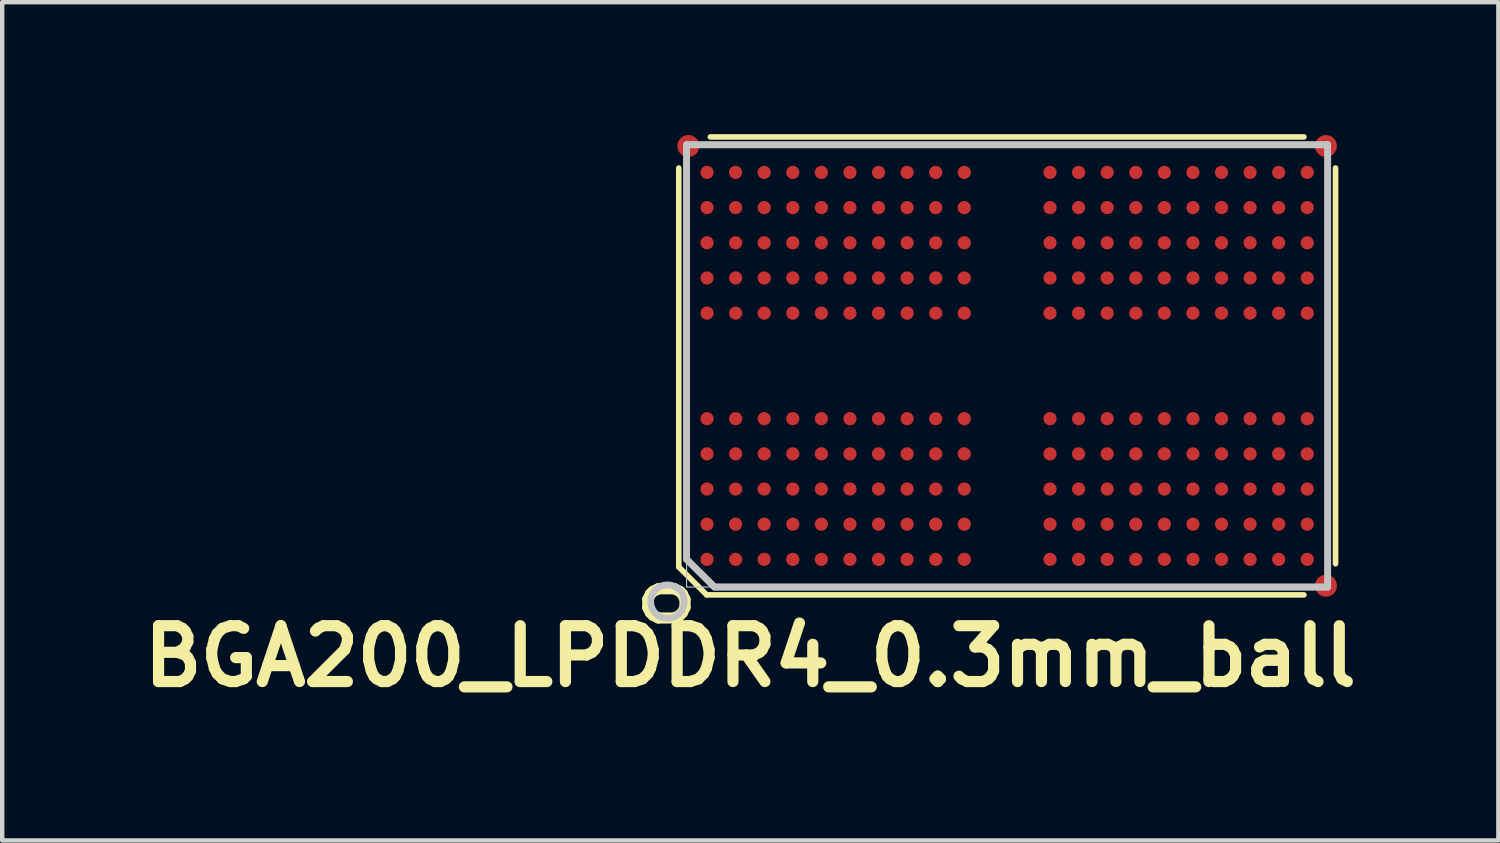
<source format=kicad_pcb>
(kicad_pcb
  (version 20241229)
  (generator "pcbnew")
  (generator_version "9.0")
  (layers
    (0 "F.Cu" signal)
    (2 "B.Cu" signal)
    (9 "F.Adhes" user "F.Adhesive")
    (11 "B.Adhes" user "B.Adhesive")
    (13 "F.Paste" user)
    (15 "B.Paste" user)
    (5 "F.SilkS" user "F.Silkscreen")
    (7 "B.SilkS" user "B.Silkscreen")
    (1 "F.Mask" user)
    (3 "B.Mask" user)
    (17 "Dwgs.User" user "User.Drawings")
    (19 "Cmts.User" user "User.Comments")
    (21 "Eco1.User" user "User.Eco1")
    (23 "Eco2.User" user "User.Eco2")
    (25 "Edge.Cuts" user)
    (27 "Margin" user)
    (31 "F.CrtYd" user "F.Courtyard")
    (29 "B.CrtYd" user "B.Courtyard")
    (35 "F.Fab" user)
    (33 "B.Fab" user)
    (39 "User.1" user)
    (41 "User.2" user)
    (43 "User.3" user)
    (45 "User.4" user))
  (footprint "BGA200_LPDDR4_0.3mm_ball"
    (layer "F.Cu")
    (at 19.854 5.271)
    (property "Reference" "BGA200_LPDDR4_0.3mm_ball" (at -5.842 6.604 0) (layer "F.SilkS") (effects (font (size 1.27 1.27) (thickness 0.254))))
    (attr smd)
    (fp_line (start -7.468 4.572) (end -7.468 -4.5) (stroke (width 0.127) (type solid)) (layer "F.SilkS"))
    (fp_line (start -6.833 5.207) (end -7.468 4.572) (stroke (width 0.127) (type solid)) (layer "F.SilkS"))
    (fp_line (start 6.75 -5.207) (end -6.75 -5.207) (stroke (width 0.127) (type solid)) (layer "F.SilkS"))
    (fp_line (start 6.75 5.207) (end -6.833 5.207) (stroke (width 0.127) (type solid)) (layer "F.SilkS"))
    (fp_line (start 7.468 4.5) (end 7.468 -4.5) (stroke (width 0.127) (type solid)) (layer "F.SilkS"))
    (fp_line (start -7.29 4.4) (end -7.29 -5.029) (stroke (width 0.152) (type solid)) (layer "Dwgs.User"))
    (fp_line (start -7.29 4.4) (end -7.29 -5.029) (stroke (width 0.152) (type solid)) (layer "Dwgs.User"))
    (fp_line (start -7.29 5.029) (end -7.29 -5.029) (stroke (width 0.025) (type solid)) (layer "Dwgs.User"))
    (fp_line (start -6.655 5.029) (end -7.29 4.4) (stroke (width 0.152) (type solid)) (layer "Dwgs.User"))
    (fp_line (start -6.655 5.029) (end -7.29 4.4) (stroke (width 0.152) (type solid)) (layer "Dwgs.User"))
    (fp_line (start 7.29 -5.029) (end -7.29 -5.029) (stroke (width 0.025) (type solid)) (layer "Dwgs.User"))
    (fp_line (start 7.29 -5.029) (end -7.29 -5.029) (stroke (width 0.152) (type solid)) (layer "Dwgs.User"))
    (fp_line (start 7.29 -5.029) (end -7.29 -5.029) (stroke (width 0.152) (type solid)) (layer "Dwgs.User"))
    (fp_line (start 7.29 5.029) (end -7.29 5.029) (stroke (width 0.025) (type solid)) (layer "Dwgs.User"))
    (fp_line (start 7.29 5.029) (end -6.655 5.029) (stroke (width 0.152) (type solid)) (layer "Dwgs.User"))
    (fp_line (start 7.29 5.029) (end -6.655 5.029) (stroke (width 0.152) (type solid)) (layer "Dwgs.User"))
    (fp_line (start 7.29 5.029) (end 7.29 -5.029) (stroke (width 0.025) (type solid)) (layer "Dwgs.User"))
    (fp_line (start 7.29 5.029) (end 7.29 -5.029) (stroke (width 0.152) (type solid)) (layer "Dwgs.User"))
    (fp_line (start 7.29 5.029) (end 7.29 -5.029) (stroke (width 0.152) (type solid)) (layer "Dwgs.User"))
    (fp_circle (center -7.725 5.36) (end -7.725 4.979) (stroke (width 0.152) (type solid)) (fill no) (layer "Dwgs.User"))
    (fp_text user "o" (at -7.9 5.4 90) (layer "F.SilkS") (effects (font (size 1.27 1.27) (thickness 0.254))))
    (pad "" smd rect (at -6.825 -4.4 90) (size 0.3 0.3) (layers "F.Paste"))
    (pad "" smd rect (at -6.825 -3.6 90) (size 0.3 0.3) (layers "F.Paste"))
    (pad "" smd rect (at -6.825 -2.8 90) (size 0.3 0.3) (layers "F.Paste"))
    (pad "" smd rect (at -6.825 -2 90) (size 0.3 0.3) (layers "F.Paste"))
    (pad "" smd rect (at -6.825 -1.2 90) (size 0.3 0.3) (layers "F.Paste"))
    (pad "" smd rect (at -6.825 1.2 90) (size 0.3 0.3) (layers "F.Paste"))
    (pad "" smd rect (at -6.825 2 90) (size 0.3 0.3) (layers "F.Paste"))
    (pad "" smd rect (at -6.825 2.8 90) (size 0.3 0.3) (layers "F.Paste"))
    (pad "" smd rect (at -6.825 3.6 90) (size 0.3 0.3) (layers "F.Paste"))
    (pad "" smd rect (at -6.825 4.4 90) (size 0.3 0.3) (layers "F.Paste"))
    (pad "" smd rect (at -6.175 -4.4 90) (size 0.3 0.3) (layers "F.Paste"))
    (pad "" smd rect (at -6.175 -3.6 90) (size 0.3 0.3) (layers "F.Paste"))
    (pad "" smd rect (at -6.175 -2.8 90) (size 0.3 0.3) (layers "F.Paste"))
    (pad "" smd rect (at -6.175 -2 90) (size 0.3 0.3) (layers "F.Paste"))
    (pad "" smd rect (at -6.175 -1.2 90) (size 0.3 0.3) (layers "F.Paste"))
    (pad "" smd rect (at -6.175 1.2 90) (size 0.3 0.3) (layers "F.Paste"))
    (pad "" smd rect (at -6.175 2 90) (size 0.3 0.3) (layers "F.Paste"))
    (pad "" smd rect (at -6.175 2.8 90) (size 0.3 0.3) (layers "F.Paste"))
    (pad "" smd rect (at -6.175 3.6 90) (size 0.3 0.3) (layers "F.Paste"))
    (pad "" smd rect (at -6.175 4.4 90) (size 0.3 0.3) (layers "F.Paste"))
    (pad "" smd rect (at -5.525 -4.4 90) (size 0.3 0.3) (layers "F.Paste"))
    (pad "" smd rect (at -5.525 -3.6 90) (size 0.3 0.3) (layers "F.Paste"))
    (pad "" smd rect (at -5.525 -2.8 90) (size 0.3 0.3) (layers "F.Paste"))
    (pad "" smd rect (at -5.525 -2 90) (size 0.3 0.3) (layers "F.Paste"))
    (pad "" smd rect (at -5.525 -1.2 90) (size 0.3 0.3) (layers "F.Paste"))
    (pad "" smd rect (at -5.525 1.2 90) (size 0.3 0.3) (layers "F.Paste"))
    (pad "" smd rect (at -5.525 2 90) (size 0.3 0.3) (layers "F.Paste"))
    (pad "" smd rect (at -5.525 2.8 90) (size 0.3 0.3) (layers "F.Paste"))
    (pad "" smd rect (at -5.525 3.6 90) (size 0.3 0.3) (layers "F.Paste"))
    (pad "" smd rect (at -5.525 4.4 90) (size 0.3 0.3) (layers "F.Paste"))
    (pad "" smd rect (at -4.875 -4.4 90) (size 0.3 0.3) (layers "F.Paste"))
    (pad "" smd rect (at -4.875 -3.6 90) (size 0.3 0.3) (layers "F.Paste"))
    (pad "" smd rect (at -4.875 -2.8 90) (size 0.3 0.3) (layers "F.Paste"))
    (pad "" smd rect (at -4.875 -2 90) (size 0.3 0.3) (layers "F.Paste"))
    (pad "" smd rect (at -4.875 -1.2 90) (size 0.3 0.3) (layers "F.Paste"))
    (pad "" smd rect (at -4.875 1.2 90) (size 0.3 0.3) (layers "F.Paste"))
    (pad "" smd rect (at -4.875 2 90) (size 0.3 0.3) (layers "F.Paste"))
    (pad "" smd rect (at -4.875 2.8 90) (size 0.3 0.3) (layers "F.Paste"))
    (pad "" smd rect (at -4.875 3.6 90) (size 0.3 0.3) (layers "F.Paste"))
    (pad "" smd rect (at -4.875 4.4 90) (size 0.3 0.3) (layers "F.Paste"))
    (pad "" smd rect (at -4.225 -4.4 90) (size 0.3 0.3) (layers "F.Paste"))
    (pad "" smd rect (at -4.225 -3.6 90) (size 0.3 0.3) (layers "F.Paste"))
    (pad "" smd rect (at -4.225 -2.8 90) (size 0.3 0.3) (layers "F.Paste"))
    (pad "" smd rect (at -4.225 -2 90) (size 0.3 0.3) (layers "F.Paste"))
    (pad "" smd rect (at -4.225 -1.2 90) (size 0.3 0.3) (layers "F.Paste"))
    (pad "" smd rect (at -4.225 1.2 90) (size 0.3 0.3) (layers "F.Paste"))
    (pad "" smd rect (at -4.225 2 90) (size 0.3 0.3) (layers "F.Paste"))
    (pad "" smd rect (at -4.225 2.8 90) (size 0.3 0.3) (layers "F.Paste"))
    (pad "" smd rect (at -4.225 3.6 90) (size 0.3 0.3) (layers "F.Paste"))
    (pad "" smd rect (at -4.225 4.4 90) (size 0.3 0.3) (layers "F.Paste"))
    (pad "" smd rect (at -3.575 -4.4 90) (size 0.3 0.3) (layers "F.Paste"))
    (pad "" smd rect (at -3.575 -3.6 90) (size 0.3 0.3) (layers "F.Paste"))
    (pad "" smd rect (at -3.575 -2.8 90) (size 0.3 0.3) (layers "F.Paste"))
    (pad "" smd rect (at -3.575 -2 90) (size 0.3 0.3) (layers "F.Paste"))
    (pad "" smd rect (at -3.575 -1.2 90) (size 0.3 0.3) (layers "F.Paste"))
    (pad "" smd rect (at -3.575 1.2 90) (size 0.3 0.3) (layers "F.Paste"))
    (pad "" smd rect (at -3.575 2 90) (size 0.3 0.3) (layers "F.Paste"))
    (pad "" smd rect (at -3.575 2.8 90) (size 0.3 0.3) (layers "F.Paste"))
    (pad "" smd rect (at -3.575 3.6 90) (size 0.3 0.3) (layers "F.Paste"))
    (pad "" smd rect (at -3.575 4.4 90) (size 0.3 0.3) (layers "F.Paste"))
    (pad "" smd rect (at -2.925 -4.4 90) (size 0.3 0.3) (layers "F.Paste"))
    (pad "" smd rect (at -2.925 -3.6 90) (size 0.3 0.3) (layers "F.Paste"))
    (pad "" smd rect (at -2.925 -2.8 90) (size 0.3 0.3) (layers "F.Paste"))
    (pad "" smd rect (at -2.925 -2 90) (size 0.3 0.3) (layers "F.Paste"))
    (pad "" smd rect (at -2.925 -1.2 90) (size 0.3 0.3) (layers "F.Paste"))
    (pad "" smd rect (at -2.925 1.2 90) (size 0.3 0.3) (layers "F.Paste"))
    (pad "" smd rect (at -2.925 2 90) (size 0.3 0.3) (layers "F.Paste"))
    (pad "" smd rect (at -2.925 2.8 90) (size 0.3 0.3) (layers "F.Paste"))
    (pad "" smd rect (at -2.925 3.6 90) (size 0.3 0.3) (layers "F.Paste"))
    (pad "" smd rect (at -2.925 4.4 90) (size 0.3 0.3) (layers "F.Paste"))
    (pad "" smd rect (at -2.275 -4.4 90) (size 0.3 0.3) (layers "F.Paste"))
    (pad "" smd rect (at -2.275 -3.6 90) (size 0.3 0.3) (layers "F.Paste"))
    (pad "" smd rect (at -2.275 -2.8 90) (size 0.3 0.3) (layers "F.Paste"))
    (pad "" smd rect (at -2.275 -2 90) (size 0.3 0.3) (layers "F.Paste"))
    (pad "" smd rect (at -2.275 -1.2 90) (size 0.3 0.3) (layers "F.Paste"))
    (pad "" smd rect (at -2.275 1.2 90) (size 0.3 0.3) (layers "F.Paste"))
    (pad "" smd rect (at -2.275 2 90) (size 0.3 0.3) (layers "F.Paste"))
    (pad "" smd rect (at -2.275 2.8 90) (size 0.3 0.3) (layers "F.Paste"))
    (pad "" smd rect (at -2.275 3.6 90) (size 0.3 0.3) (layers "F.Paste"))
    (pad "" smd rect (at -2.275 4.4 90) (size 0.3 0.3) (layers "F.Paste"))
    (pad "" smd rect (at -1.625 -4.4 90) (size 0.3 0.3) (layers "F.Paste"))
    (pad "" smd rect (at -1.625 -3.6 90) (size 0.3 0.3) (layers "F.Paste"))
    (pad "" smd rect (at -1.625 -2.8 90) (size 0.3 0.3) (layers "F.Paste"))
    (pad "" smd rect (at -1.625 -2 90) (size 0.3 0.3) (layers "F.Paste"))
    (pad "" smd rect (at -1.625 -1.2 90) (size 0.3 0.3) (layers "F.Paste"))
    (pad "" smd rect (at -1.625 1.2 90) (size 0.3 0.3) (layers "F.Paste"))
    (pad "" smd rect (at -1.625 2 90) (size 0.3 0.3) (layers "F.Paste"))
    (pad "" smd rect (at -1.625 2.8 90) (size 0.3 0.3) (layers "F.Paste"))
    (pad "" smd rect (at -1.625 3.6 90) (size 0.3 0.3) (layers "F.Paste"))
    (pad "" smd rect (at -1.625 4.4 90) (size 0.3 0.3) (layers "F.Paste"))
    (pad "" smd rect (at -0.975 -4.4 90) (size 0.3 0.3) (layers "F.Paste"))
    (pad "" smd rect (at -0.975 -3.6 90) (size 0.3 0.3) (layers "F.Paste"))
    (pad "" smd rect (at -0.975 -2.8 90) (size 0.3 0.3) (layers "F.Paste"))
    (pad "" smd rect (at -0.975 -2 90) (size 0.3 0.3) (layers "F.Paste"))
    (pad "" smd rect (at -0.975 -1.2 90) (size 0.3 0.3) (layers "F.Paste"))
    (pad "" smd rect (at -0.975 1.2 90) (size 0.3 0.3) (layers "F.Paste"))
    (pad "" smd rect (at -0.975 2 90) (size 0.3 0.3) (layers "F.Paste"))
    (pad "" smd rect (at -0.975 2.8 90) (size 0.3 0.3) (layers "F.Paste"))
    (pad "" smd rect (at -0.975 3.6 90) (size 0.3 0.3) (layers "F.Paste"))
    (pad "" smd rect (at -0.975 4.4 90) (size 0.3 0.3) (layers "F.Paste"))
    (pad "" smd rect (at 0.975 -4.4 90) (size 0.3 0.3) (layers "F.Paste"))
    (pad "" smd rect (at 0.975 -3.6 90) (size 0.3 0.3) (layers "F.Paste"))
    (pad "" smd rect (at 0.975 -2.8 90) (size 0.3 0.3) (layers "F.Paste"))
    (pad "" smd rect (at 0.975 -2 90) (size 0.3 0.3) (layers "F.Paste"))
    (pad "" smd rect (at 0.975 -1.2 90) (size 0.3 0.3) (layers "F.Paste"))
    (pad "" smd rect (at 0.975 1.2 90) (size 0.3 0.3) (layers "F.Paste"))
    (pad "" smd rect (at 0.975 2 90) (size 0.3 0.3) (layers "F.Paste"))
    (pad "" smd rect (at 0.975 2.8 90) (size 0.3 0.3) (layers "F.Paste"))
    (pad "" smd rect (at 0.975 3.6 90) (size 0.3 0.3) (layers "F.Paste"))
    (pad "" smd rect (at 0.975 4.4 90) (size 0.3 0.3) (layers "F.Paste"))
    (pad "" smd rect (at 1.625 -4.4 90) (size 0.3 0.3) (layers "F.Paste"))
    (pad "" smd rect (at 1.625 -3.6 90) (size 0.3 0.3) (layers "F.Paste"))
    (pad "" smd rect (at 1.625 -2.8 90) (size 0.3 0.3) (layers "F.Paste"))
    (pad "" smd rect (at 1.625 -2 90) (size 0.3 0.3) (layers "F.Paste"))
    (pad "" smd rect (at 1.625 -1.2 90) (size 0.3 0.3) (layers "F.Paste"))
    (pad "" smd rect (at 1.625 1.2 90) (size 0.3 0.3) (layers "F.Paste"))
    (pad "" smd rect (at 1.625 2 90) (size 0.3 0.3) (layers "F.Paste"))
    (pad "" smd rect (at 1.625 2.8 90) (size 0.3 0.3) (layers "F.Paste"))
    (pad "" smd rect (at 1.625 3.6 90) (size 0.3 0.3) (layers "F.Paste"))
    (pad "" smd rect (at 1.625 4.4 90) (size 0.3 0.3) (layers "F.Paste"))
    (pad "" smd rect (at 2.275 -4.4 90) (size 0.3 0.3) (layers "F.Paste"))
    (pad "" smd rect (at 2.275 -3.6 90) (size 0.3 0.3) (layers "F.Paste"))
    (pad "" smd rect (at 2.275 -2.8 90) (size 0.3 0.3) (layers "F.Paste"))
    (pad "" smd rect (at 2.275 -2 90) (size 0.3 0.3) (layers "F.Paste"))
    (pad "" smd rect (at 2.275 -1.2 90) (size 0.3 0.3) (layers "F.Paste"))
    (pad "" smd rect (at 2.275 1.2 90) (size 0.3 0.3) (layers "F.Paste"))
    (pad "" smd rect (at 2.275 2 90) (size 0.3 0.3) (layers "F.Paste"))
    (pad "" smd rect (at 2.275 2.8 90) (size 0.3 0.3) (layers "F.Paste"))
    (pad "" smd rect (at 2.275 3.6 90) (size 0.3 0.3) (layers "F.Paste"))
    (pad "" smd rect (at 2.275 4.4 90) (size 0.3 0.3) (layers "F.Paste"))
    (pad "" smd rect (at 2.925 -4.4 90) (size 0.3 0.3) (layers "F.Paste"))
    (pad "" smd rect (at 2.925 -3.6 90) (size 0.3 0.3) (layers "F.Paste"))
    (pad "" smd rect (at 2.925 -2.8 90) (size 0.3 0.3) (layers "F.Paste"))
    (pad "" smd rect (at 2.925 -2 90) (size 0.3 0.3) (layers "F.Paste"))
    (pad "" smd rect (at 2.925 -1.2 90) (size 0.3 0.3) (layers "F.Paste"))
    (pad "" smd rect (at 2.925 1.2 90) (size 0.3 0.3) (layers "F.Paste"))
    (pad "" smd rect (at 2.925 2 90) (size 0.3 0.3) (layers "F.Paste"))
    (pad "" smd rect (at 2.925 2.8 90) (size 0.3 0.3) (layers "F.Paste"))
    (pad "" smd rect (at 2.925 3.6 90) (size 0.3 0.3) (layers "F.Paste"))
    (pad "" smd rect (at 2.925 4.4 90) (size 0.3 0.3) (layers "F.Paste"))
    (pad "" smd rect (at 3.575 -4.4 90) (size 0.3 0.3) (layers "F.Paste"))
    (pad "" smd rect (at 3.575 -3.6 90) (size 0.3 0.3) (layers "F.Paste"))
    (pad "" smd rect (at 3.575 -2.8 90) (size 0.3 0.3) (layers "F.Paste"))
    (pad "" smd rect (at 3.575 -2 90) (size 0.3 0.3) (layers "F.Paste"))
    (pad "" smd rect (at 3.575 -1.2 90) (size 0.3 0.3) (layers "F.Paste"))
    (pad "" smd rect (at 3.575 1.2 90) (size 0.3 0.3) (layers "F.Paste"))
    (pad "" smd rect (at 3.575 2 90) (size 0.3 0.3) (layers "F.Paste"))
    (pad "" smd rect (at 3.575 2.8 90) (size 0.3 0.3) (layers "F.Paste"))
    (pad "" smd rect (at 3.575 3.6 90) (size 0.3 0.3) (layers "F.Paste"))
    (pad "" smd rect (at 3.575 4.4 90) (size 0.3 0.3) (layers "F.Paste"))
    (pad "" smd rect (at 4.225 -4.4 90) (size 0.3 0.3) (layers "F.Paste"))
    (pad "" smd rect (at 4.225 -3.6 90) (size 0.3 0.3) (layers "F.Paste"))
    (pad "" smd rect (at 4.225 -2.8 90) (size 0.3 0.3) (layers "F.Paste"))
    (pad "" smd rect (at 4.225 -2 90) (size 0.3 0.3) (layers "F.Paste"))
    (pad "" smd rect (at 4.225 -1.2 90) (size 0.3 0.3) (layers "F.Paste"))
    (pad "" smd rect (at 4.225 1.2 90) (size 0.3 0.3) (layers "F.Paste"))
    (pad "" smd rect (at 4.225 2 90) (size 0.3 0.3) (layers "F.Paste"))
    (pad "" smd rect (at 4.225 2.8 90) (size 0.3 0.3) (layers "F.Paste"))
    (pad "" smd rect (at 4.225 3.6 90) (size 0.3 0.3) (layers "F.Paste"))
    (pad "" smd rect (at 4.225 4.4 90) (size 0.3 0.3) (layers "F.Paste"))
    (pad "" smd rect (at 4.875 -4.4 90) (size 0.3 0.3) (layers "F.Paste"))
    (pad "" smd rect (at 4.875 -3.6 90) (size 0.3 0.3) (layers "F.Paste"))
    (pad "" smd rect (at 4.875 -2.8 90) (size 0.3 0.3) (layers "F.Paste"))
    (pad "" smd rect (at 4.875 -2 90) (size 0.3 0.3) (layers "F.Paste"))
    (pad "" smd rect (at 4.875 -1.2 90) (size 0.3 0.3) (layers "F.Paste"))
    (pad "" smd rect (at 4.875 1.2 90) (size 0.3 0.3) (layers "F.Paste"))
    (pad "" smd rect (at 4.875 2 90) (size 0.3 0.3) (layers "F.Paste"))
    (pad "" smd rect (at 4.875 2.8 90) (size 0.3 0.3) (layers "F.Paste"))
    (pad "" smd rect (at 4.875 3.6 90) (size 0.3 0.3) (layers "F.Paste"))
    (pad "" smd rect (at 4.875 4.4 90) (size 0.3 0.3) (layers "F.Paste"))
    (pad "" smd rect (at 5.525 -4.4 90) (size 0.3 0.3) (layers "F.Paste"))
    (pad "" smd rect (at 5.525 -3.6 90) (size 0.3 0.3) (layers "F.Paste"))
    (pad "" smd rect (at 5.525 -2.8 90) (size 0.3 0.3) (layers "F.Paste"))
    (pad "" smd rect (at 5.525 -2 90) (size 0.3 0.3) (layers "F.Paste"))
    (pad "" smd rect (at 5.525 -1.2 90) (size 0.3 0.3) (layers "F.Paste"))
    (pad "" smd rect (at 5.525 1.2 90) (size 0.3 0.3) (layers "F.Paste"))
    (pad "" smd rect (at 5.525 2 90) (size 0.3 0.3) (layers "F.Paste"))
    (pad "" smd rect (at 5.525 2.8 90) (size 0.3 0.3) (layers "F.Paste"))
    (pad "" smd rect (at 5.525 3.6 90) (size 0.3 0.3) (layers "F.Paste"))
    (pad "" smd rect (at 5.525 4.4 90) (size 0.3 0.3) (layers "F.Paste"))
    (pad "" smd rect (at 6.175 -4.4 90) (size 0.3 0.3) (layers "F.Paste"))
    (pad "" smd rect (at 6.175 -3.6 90) (size 0.3 0.3) (layers "F.Paste"))
    (pad "" smd rect (at 6.175 -2.8 90) (size 0.3 0.3) (layers "F.Paste"))
    (pad "" smd rect (at 6.175 -2 90) (size 0.3 0.3) (layers "F.Paste"))
    (pad "" smd rect (at 6.175 -1.2 90) (size 0.3 0.3) (layers "F.Paste"))
    (pad "" smd rect (at 6.175 1.2 90) (size 0.3 0.3) (layers "F.Paste"))
    (pad "" smd rect (at 6.175 2 90) (size 0.3 0.3) (layers "F.Paste"))
    (pad "" smd rect (at 6.175 2.8 90) (size 0.3 0.3) (layers "F.Paste"))
    (pad "" smd rect (at 6.175 3.6 90) (size 0.3 0.3) (layers "F.Paste"))
    (pad "" smd rect (at 6.175 4.4 90) (size 0.3 0.3) (layers "F.Paste"))
    (pad "" smd rect (at 6.825 -4.4 90) (size 0.3 0.3) (layers "F.Paste"))
    (pad "" smd rect (at 6.825 -3.6 90) (size 0.3 0.3) (layers "F.Paste"))
    (pad "" smd rect (at 6.825 -2.8 90) (size 0.3 0.3) (layers "F.Paste"))
    (pad "" smd rect (at 6.825 -2 90) (size 0.3 0.3) (layers "F.Paste"))
    (pad "" smd rect (at 6.825 -1.2 90) (size 0.3 0.3) (layers "F.Paste"))
    (pad "" smd rect (at 6.825 1.2 90) (size 0.3 0.3) (layers "F.Paste"))
    (pad "" smd rect (at 6.825 2 90) (size 0.3 0.3) (layers "F.Paste"))
    (pad "" smd rect (at 6.825 2.8 90) (size 0.3 0.3) (layers "F.Paste"))
    (pad "" smd rect (at 6.825 3.6 90) (size 0.3 0.3) (layers "F.Paste"))
    (pad "" smd rect (at 6.825 4.4 90) (size 0.3 0.3) (layers "F.Paste"))
    (pad "A1" smd circle (at -6.825 4.4 90) (size 0.3 0.3) (layers "F.Cu" "F.Mask"))
    (pad "A2" smd circle (at -6.825 3.6 90) (size 0.3 0.3) (layers "F.Cu" "F.Mask"))
    (pad "A3" smd circle (at -6.825 2.8 90) (size 0.3 0.3) (layers "F.Cu" "F.Mask"))
    (pad "A4" smd circle (at -6.825 2 90) (size 0.3 0.3) (layers "F.Cu" "F.Mask"))
    (pad "A5" smd circle (at -6.825 1.2 90) (size 0.3 0.3) (layers "F.Cu" "F.Mask"))
    (pad "A8" smd circle (at -6.825 -1.2 90) (size 0.3 0.3) (layers "F.Cu" "F.Mask"))
    (pad "A9" smd circle (at -6.825 -2 90) (size 0.3 0.3) (layers "F.Cu" "F.Mask"))
    (pad "A10" smd circle (at -6.825 -2.8 90) (size 0.3 0.3) (layers "F.Cu" "F.Mask"))
    (pad "A11" smd circle (at -6.825 -3.6 90) (size 0.3 0.3) (layers "F.Cu" "F.Mask"))
    (pad "A12" smd circle (at -6.825 -4.4 90) (size 0.3 0.3) (layers "F.Cu" "F.Mask"))
    (pad "AA1" smd circle (at 6.175 4.4 90) (size 0.3 0.3) (layers "F.Cu" "F.Mask"))
    (pad "AA2" smd circle (at 6.175 3.6 90) (size 0.3 0.3) (layers "F.Cu" "F.Mask"))
    (pad "AA3" smd circle (at 6.175 2.8 90) (size 0.3 0.3) (layers "F.Cu" "F.Mask"))
    (pad "AA4" smd circle (at 6.175 2 90) (size 0.3 0.3) (layers "F.Cu" "F.Mask"))
    (pad "AA5" smd circle (at 6.175 1.2 90) (size 0.3 0.3) (layers "F.Cu" "F.Mask"))
    (pad "AA8" smd circle (at 6.175 -1.2 90) (size 0.3 0.3) (layers "F.Cu" "F.Mask"))
    (pad "AA9" smd circle (at 6.175 -2 90) (size 0.3 0.3) (layers "F.Cu" "F.Mask"))
    (pad "AA10" smd circle (at 6.175 -2.8 90) (size 0.3 0.3) (layers "F.Cu" "F.Mask"))
    (pad "AA11" smd circle (at 6.175 -3.6 90) (size 0.3 0.3) (layers "F.Cu" "F.Mask"))
    (pad "AA12" smd circle (at 6.175 -4.4 90) (size 0.3 0.3) (layers "F.Cu" "F.Mask"))
    (pad "AB1" smd circle (at 6.825 4.4 90) (size 0.3 0.3) (layers "F.Cu" "F.Mask"))
    (pad "AB2" smd circle (at 6.825 3.6 90) (size 0.3 0.3) (layers "F.Cu" "F.Mask"))
    (pad "AB3" smd circle (at 6.825 2.8 90) (size 0.3 0.3) (layers "F.Cu" "F.Mask"))
    (pad "AB4" smd circle (at 6.825 2 90) (size 0.3 0.3) (layers "F.Cu" "F.Mask"))
    (pad "AB5" smd circle (at 6.825 1.2 90) (size 0.3 0.3) (layers "F.Cu" "F.Mask"))
    (pad "AB8" smd circle (at 6.825 -1.2 90) (size 0.3 0.3) (layers "F.Cu" "F.Mask"))
    (pad "AB9" smd circle (at 6.825 -2 90) (size 0.3 0.3) (layers "F.Cu" "F.Mask"))
    (pad "AB10" smd circle (at 6.825 -2.8 90) (size 0.3 0.3) (layers "F.Cu" "F.Mask"))
    (pad "AB11" smd circle (at 6.825 -3.6 90) (size 0.3 0.3) (layers "F.Cu" "F.Mask"))
    (pad "AB12" smd circle (at 6.825 -4.4 90) (size 0.3 0.3) (layers "F.Cu" "F.Mask"))
    (pad "B1" smd circle (at -6.175 4.4 90) (size 0.3 0.3) (layers "F.Cu" "F.Mask"))
    (pad "B2" smd circle (at -6.175 3.6 90) (size 0.3 0.3) (layers "F.Cu" "F.Mask"))
    (pad "B3" smd circle (at -6.175 2.8 90) (size 0.3 0.3) (layers "F.Cu" "F.Mask"))
    (pad "B4" smd circle (at -6.175 2 90) (size 0.3 0.3) (layers "F.Cu" "F.Mask"))
    (pad "B5" smd circle (at -6.175 1.2 90) (size 0.3 0.3) (layers "F.Cu" "F.Mask"))
    (pad "B8" smd circle (at -6.175 -1.2 90) (size 0.3 0.3) (layers "F.Cu" "F.Mask"))
    (pad "B9" smd circle (at -6.175 -2 90) (size 0.3 0.3) (layers "F.Cu" "F.Mask"))
    (pad "B10" smd circle (at -6.175 -2.8 90) (size 0.3 0.3) (layers "F.Cu" "F.Mask"))
    (pad "B11" smd circle (at -6.175 -3.6 90) (size 0.3 0.3) (layers "F.Cu" "F.Mask"))
    (pad "B12" smd circle (at -6.175 -4.4 90) (size 0.3 0.3) (layers "F.Cu" "F.Mask"))
    (pad "C1" smd circle (at -5.525 4.4 90) (size 0.3 0.3) (layers "F.Cu" "F.Mask"))
    (pad "C2" smd circle (at -5.525 3.6 90) (size 0.3 0.3) (layers "F.Cu" "F.Mask"))
    (pad "C3" smd circle (at -5.525 2.8 90) (size 0.3 0.3) (layers "F.Cu" "F.Mask"))
    (pad "C4" smd circle (at -5.525 2 90) (size 0.3 0.3) (layers "F.Cu" "F.Mask"))
    (pad "C5" smd circle (at -5.525 1.2 90) (size 0.3 0.3) (layers "F.Cu" "F.Mask"))
    (pad "C8" smd circle (at -5.525 -1.2 90) (size 0.3 0.3) (layers "F.Cu" "F.Mask"))
    (pad "C9" smd circle (at -5.525 -2 90) (size 0.3 0.3) (layers "F.Cu" "F.Mask"))
    (pad "C10" smd circle (at -5.525 -2.8 90) (size 0.3 0.3) (layers "F.Cu" "F.Mask"))
    (pad "C11" smd circle (at -5.525 -3.6 90) (size 0.3 0.3) (layers "F.Cu" "F.Mask"))
    (pad "C12" smd circle (at -5.525 -4.4 90) (size 0.3 0.3) (layers "F.Cu" "F.Mask"))
    (pad "D1" smd circle (at -4.875 4.4 90) (size 0.3 0.3) (layers "F.Cu" "F.Mask"))
    (pad "D2" smd circle (at -4.875 3.6 90) (size 0.3 0.3) (layers "F.Cu" "F.Mask"))
    (pad "D3" smd circle (at -4.875 2.8 90) (size 0.3 0.3) (layers "F.Cu" "F.Mask"))
    (pad "D4" smd circle (at -4.875 2 90) (size 0.3 0.3) (layers "F.Cu" "F.Mask"))
    (pad "D5" smd circle (at -4.875 1.2 90) (size 0.3 0.3) (layers "F.Cu" "F.Mask"))
    (pad "D8" smd circle (at -4.875 -1.2 90) (size 0.3 0.3) (layers "F.Cu" "F.Mask"))
    (pad "D9" smd circle (at -4.875 -2 90) (size 0.3 0.3) (layers "F.Cu" "F.Mask"))
    (pad "D10" smd circle (at -4.875 -2.8 90) (size 0.3 0.3) (layers "F.Cu" "F.Mask"))
    (pad "D11" smd circle (at -4.875 -3.6 90) (size 0.3 0.3) (layers "F.Cu" "F.Mask"))
    (pad "D12" smd circle (at -4.875 -4.4 90) (size 0.3 0.3) (layers "F.Cu" "F.Mask"))
    (pad "E1" smd circle (at -4.225 4.4 90) (size 0.3 0.3) (layers "F.Cu" "F.Mask"))
    (pad "E2" smd circle (at -4.225 3.6 90) (size 0.3 0.3) (layers "F.Cu" "F.Mask"))
    (pad "E3" smd circle (at -4.225 2.8 90) (size 0.3 0.3) (layers "F.Cu" "F.Mask"))
    (pad "E4" smd circle (at -4.225 2 90) (size 0.3 0.3) (layers "F.Cu" "F.Mask"))
    (pad "E5" smd circle (at -4.225 1.2 90) (size 0.3 0.3) (layers "F.Cu" "F.Mask"))
    (pad "E8" smd circle (at -4.225 -1.2 90) (size 0.3 0.3) (layers "F.Cu" "F.Mask"))
    (pad "E9" smd circle (at -4.225 -2 90) (size 0.3 0.3) (layers "F.Cu" "F.Mask"))
    (pad "E10" smd circle (at -4.225 -2.8 90) (size 0.3 0.3) (layers "F.Cu" "F.Mask"))
    (pad "E11" smd circle (at -4.225 -3.6 90) (size 0.3 0.3) (layers "F.Cu" "F.Mask"))
    (pad "E12" smd circle (at -4.225 -4.4 90) (size 0.3 0.3) (layers "F.Cu" "F.Mask"))
    (pad "F1" smd circle (at -3.575 4.4 90) (size 0.3 0.3) (layers "F.Cu" "F.Mask"))
    (pad "F2" smd circle (at -3.575 3.6 90) (size 0.3 0.3) (layers "F.Cu" "F.Mask"))
    (pad "F3" smd circle (at -3.575 2.8 90) (size 0.3 0.3) (layers "F.Cu" "F.Mask"))
    (pad "F4" smd circle (at -3.575 2 90) (size 0.3 0.3) (layers "F.Cu" "F.Mask"))
    (pad "F5" smd circle (at -3.575 1.2 90) (size 0.3 0.3) (layers "F.Cu" "F.Mask"))
    (pad "F8" smd circle (at -3.575 -1.2 90) (size 0.3 0.3) (layers "F.Cu" "F.Mask"))
    (pad "F9" smd circle (at -3.575 -2 90) (size 0.3 0.3) (layers "F.Cu" "F.Mask"))
    (pad "F10" smd circle (at -3.575 -2.8 90) (size 0.3 0.3) (layers "F.Cu" "F.Mask"))
    (pad "F11" smd circle (at -3.575 -3.6 90) (size 0.3 0.3) (layers "F.Cu" "F.Mask"))
    (pad "F12" smd circle (at -3.575 -4.4 90) (size 0.3 0.3) (layers "F.Cu" "F.Mask"))
    (pad "Fid" smd circle (at -7.25 -5 90) (size 0.5 0.5) (layers "F.Cu" "F.Mask"))
    (pad "Fid" smd circle (at 7.25 -5 90) (size 0.5 0.5) (layers "F.Cu" "F.Mask"))
    (pad "Fid" smd circle (at 7.25 5 90) (size 0.5 0.5) (layers "F.Cu" "F.Mask"))
    (pad "G1" smd circle (at -2.925 4.4 90) (size 0.3 0.3) (layers "F.Cu" "F.Mask"))
    (pad "G2" smd circle (at -2.925 3.6 90) (size 0.3 0.3) (layers "F.Cu" "F.Mask"))
    (pad "G3" smd circle (at -2.925 2.8 90) (size 0.3 0.3) (layers "F.Cu" "F.Mask"))
    (pad "G4" smd circle (at -2.925 2 90) (size 0.3 0.3) (layers "F.Cu" "F.Mask"))
    (pad "G5" smd circle (at -2.925 1.2 90) (size 0.3 0.3) (layers "F.Cu" "F.Mask"))
    (pad "G8" smd circle (at -2.925 -1.2 90) (size 0.3 0.3) (layers "F.Cu" "F.Mask"))
    (pad "G9" smd circle (at -2.925 -2 90) (size 0.3 0.3) (layers "F.Cu" "F.Mask"))
    (pad "G10" smd circle (at -2.925 -2.8 90) (size 0.3 0.3) (layers "F.Cu" "F.Mask"))
    (pad "G11" smd circle (at -2.925 -3.6 90) (size 0.3 0.3) (layers "F.Cu" "F.Mask"))
    (pad "G12" smd circle (at -2.925 -4.4 90) (size 0.3 0.3) (layers "F.Cu" "F.Mask"))
    (pad "H1" smd circle (at -2.275 4.4 90) (size 0.3 0.3) (layers "F.Cu" "F.Mask"))
    (pad "H2" smd circle (at -2.275 3.6 90) (size 0.3 0.3) (layers "F.Cu" "F.Mask"))
    (pad "H3" smd circle (at -2.275 2.8 90) (size 0.3 0.3) (layers "F.Cu" "F.Mask"))
    (pad "H4" smd circle (at -2.275 2 90) (size 0.3 0.3) (layers "F.Cu" "F.Mask"))
    (pad "H5" smd circle (at -2.275 1.2 90) (size 0.3 0.3) (layers "F.Cu" "F.Mask"))
    (pad "H8" smd circle (at -2.275 -1.2 90) (size 0.3 0.3) (layers "F.Cu" "F.Mask"))
    (pad "H9" smd circle (at -2.275 -2 90) (size 0.3 0.3) (layers "F.Cu" "F.Mask"))
    (pad "H10" smd circle (at -2.275 -2.8 90) (size 0.3 0.3) (layers "F.Cu" "F.Mask"))
    (pad "H11" smd circle (at -2.275 -3.6 90) (size 0.3 0.3) (layers "F.Cu" "F.Mask"))
    (pad "H12" smd circle (at -2.275 -4.4 90) (size 0.3 0.3) (layers "F.Cu" "F.Mask"))
    (pad "J1" smd circle (at -1.625 4.4 90) (size 0.3 0.3) (layers "F.Cu" "F.Mask"))
    (pad "J2" smd circle (at -1.625 3.6 90) (size 0.3 0.3) (layers "F.Cu" "F.Mask"))
    (pad "J3" smd circle (at -1.625 2.8 90) (size 0.3 0.3) (layers "F.Cu" "F.Mask"))
    (pad "J4" smd circle (at -1.625 2 90) (size 0.3 0.3) (layers "F.Cu" "F.Mask"))
    (pad "J5" smd circle (at -1.625 1.2 90) (size 0.3 0.3) (layers "F.Cu" "F.Mask"))
    (pad "J8" smd circle (at -1.625 -1.2 90) (size 0.3 0.3) (layers "F.Cu" "F.Mask"))
    (pad "J9" smd circle (at -1.625 -2 90) (size 0.3 0.3) (layers "F.Cu" "F.Mask"))
    (pad "J10" smd circle (at -1.625 -2.8 90) (size 0.3 0.3) (layers "F.Cu" "F.Mask"))
    (pad "J11" smd circle (at -1.625 -3.6 90) (size 0.3 0.3) (layers "F.Cu" "F.Mask"))
    (pad "J12" smd circle (at -1.625 -4.4 90) (size 0.3 0.3) (layers "F.Cu" "F.Mask"))
    (pad "K1" smd circle (at -0.975 4.4 90) (size 0.3 0.3) (layers "F.Cu" "F.Mask"))
    (pad "K2" smd circle (at -0.975 3.6 90) (size 0.3 0.3) (layers "F.Cu" "F.Mask"))
    (pad "K3" smd circle (at -0.975 2.8 90) (size 0.3 0.3) (layers "F.Cu" "F.Mask"))
    (pad "K4" smd circle (at -0.975 2 90) (size 0.3 0.3) (layers "F.Cu" "F.Mask"))
    (pad "K5" smd circle (at -0.975 1.2 90) (size 0.3 0.3) (layers "F.Cu" "F.Mask"))
    (pad "K8" smd circle (at -0.975 -1.2 90) (size 0.3 0.3) (layers "F.Cu" "F.Mask"))
    (pad "K9" smd circle (at -0.975 -2 90) (size 0.3 0.3) (layers "F.Cu" "F.Mask"))
    (pad "K10" smd circle (at -0.975 -2.8 90) (size 0.3 0.3) (layers "F.Cu" "F.Mask"))
    (pad "K11" smd circle (at -0.975 -3.6 90) (size 0.3 0.3) (layers "F.Cu" "F.Mask"))
    (pad "K12" smd circle (at -0.975 -4.4 90) (size 0.3 0.3) (layers "F.Cu" "F.Mask"))
    (pad "N1" smd circle (at 0.975 4.4 90) (size 0.3 0.3) (layers "F.Cu" "F.Mask"))
    (pad "N2" smd circle (at 0.975 3.6 90) (size 0.3 0.3) (layers "F.Cu" "F.Mask"))
    (pad "N3" smd circle (at 0.975 2.8 90) (size 0.3 0.3) (layers "F.Cu" "F.Mask"))
    (pad "N4" smd circle (at 0.975 2 90) (size 0.3 0.3) (layers "F.Cu" "F.Mask"))
    (pad "N5" smd circle (at 0.975 1.2 90) (size 0.3 0.3) (layers "F.Cu" "F.Mask"))
    (pad "N8" smd circle (at 0.975 -1.2 90) (size 0.3 0.3) (layers "F.Cu" "F.Mask"))
    (pad "N9" smd circle (at 0.975 -2 90) (size 0.3 0.3) (layers "F.Cu" "F.Mask"))
    (pad "N10" smd circle (at 0.975 -2.8 90) (size 0.3 0.3) (layers "F.Cu" "F.Mask"))
    (pad "N11" smd circle (at 0.975 -3.6 90) (size 0.3 0.3) (layers "F.Cu" "F.Mask"))
    (pad "N12" smd circle (at 0.975 -4.4 90) (size 0.3 0.3) (layers "F.Cu" "F.Mask"))
    (pad "P1" smd circle (at 1.625 4.4 90) (size 0.3 0.3) (layers "F.Cu" "F.Mask"))
    (pad "P2" smd circle (at 1.625 3.6 90) (size 0.3 0.3) (layers "F.Cu" "F.Mask"))
    (pad "P3" smd circle (at 1.625 2.8 90) (size 0.3 0.3) (layers "F.Cu" "F.Mask"))
    (pad "P4" smd circle (at 1.625 2 90) (size 0.3 0.3) (layers "F.Cu" "F.Mask"))
    (pad "P5" smd circle (at 1.625 1.2 90) (size 0.3 0.3) (layers "F.Cu" "F.Mask"))
    (pad "P8" smd circle (at 1.625 -1.2 90) (size 0.3 0.3) (layers "F.Cu" "F.Mask"))
    (pad "P9" smd circle (at 1.625 -2 90) (size 0.3 0.3) (layers "F.Cu" "F.Mask"))
    (pad "P10" smd circle (at 1.625 -2.8 90) (size 0.3 0.3) (layers "F.Cu" "F.Mask"))
    (pad "P11" smd circle (at 1.625 -3.6 90) (size 0.3 0.3) (layers "F.Cu" "F.Mask"))
    (pad "P12" smd circle (at 1.625 -4.4 90) (size 0.3 0.3) (layers "F.Cu" "F.Mask"))
    (pad "R1" smd circle (at 2.275 4.4 90) (size 0.3 0.3) (layers "F.Cu" "F.Mask"))
    (pad "R2" smd circle (at 2.275 3.6 90) (size 0.3 0.3) (layers "F.Cu" "F.Mask"))
    (pad "R3" smd circle (at 2.275 2.8 90) (size 0.3 0.3) (layers "F.Cu" "F.Mask"))
    (pad "R4" smd circle (at 2.275 2 90) (size 0.3 0.3) (layers "F.Cu" "F.Mask"))
    (pad "R5" smd circle (at 2.275 1.2 90) (size 0.3 0.3) (layers "F.Cu" "F.Mask"))
    (pad "R8" smd circle (at 2.275 -1.2 90) (size 0.3 0.3) (layers "F.Cu" "F.Mask"))
    (pad "R9" smd circle (at 2.275 -2 90) (size 0.3 0.3) (layers "F.Cu" "F.Mask"))
    (pad "R10" smd circle (at 2.275 -2.8 90) (size 0.3 0.3) (layers "F.Cu" "F.Mask"))
    (pad "R11" smd circle (at 2.275 -3.6 90) (size 0.3 0.3) (layers "F.Cu" "F.Mask"))
    (pad "R12" smd circle (at 2.275 -4.4 90) (size 0.3 0.3) (layers "F.Cu" "F.Mask"))
    (pad "T1" smd circle (at 2.925 4.4 90) (size 0.3 0.3) (layers "F.Cu" "F.Mask"))
    (pad "T2" smd circle (at 2.925 3.6 90) (size 0.3 0.3) (layers "F.Cu" "F.Mask"))
    (pad "T3" smd circle (at 2.925 2.8 90) (size 0.3 0.3) (layers "F.Cu" "F.Mask"))
    (pad "T4" smd circle (at 2.925 2 90) (size 0.3 0.3) (layers "F.Cu" "F.Mask"))
    (pad "T5" smd circle (at 2.925 1.2 90) (size 0.3 0.3) (layers "F.Cu" "F.Mask"))
    (pad "T8" smd circle (at 2.925 -1.2 90) (size 0.3 0.3) (layers "F.Cu" "F.Mask"))
    (pad "T9" smd circle (at 2.925 -2 90) (size 0.3 0.3) (layers "F.Cu" "F.Mask"))
    (pad "T10" smd circle (at 2.925 -2.8 90) (size 0.3 0.3) (layers "F.Cu" "F.Mask"))
    (pad "T11" smd circle (at 2.925 -3.6 90) (size 0.3 0.3) (layers "F.Cu" "F.Mask"))
    (pad "T12" smd circle (at 2.925 -4.4 90) (size 0.3 0.3) (layers "F.Cu" "F.Mask"))
    (pad "U1" smd circle (at 3.575 4.4 90) (size 0.3 0.3) (layers "F.Cu" "F.Mask"))
    (pad "U2" smd circle (at 3.575 3.6 90) (size 0.3 0.3) (layers "F.Cu" "F.Mask"))
    (pad "U3" smd circle (at 3.575 2.8 90) (size 0.3 0.3) (layers "F.Cu" "F.Mask"))
    (pad "U4" smd circle (at 3.575 2 90) (size 0.3 0.3) (layers "F.Cu" "F.Mask"))
    (pad "U5" smd circle (at 3.575 1.2 90) (size 0.3 0.3) (layers "F.Cu" "F.Mask"))
    (pad "U8" smd circle (at 3.575 -1.2 90) (size 0.3 0.3) (layers "F.Cu" "F.Mask"))
    (pad "U9" smd circle (at 3.575 -2 90) (size 0.3 0.3) (layers "F.Cu" "F.Mask"))
    (pad "U10" smd circle (at 3.575 -2.8 90) (size 0.3 0.3) (layers "F.Cu" "F.Mask"))
    (pad "U11" smd circle (at 3.575 -3.6 90) (size 0.3 0.3) (layers "F.Cu" "F.Mask"))
    (pad "U12" smd circle (at 3.575 -4.4 90) (size 0.3 0.3) (layers "F.Cu" "F.Mask"))
    (pad "V1" smd circle (at 4.225 4.4 90) (size 0.3 0.3) (layers "F.Cu" "F.Mask"))
    (pad "V2" smd circle (at 4.225 3.6 90) (size 0.3 0.3) (layers "F.Cu" "F.Mask"))
    (pad "V3" smd circle (at 4.225 2.8 90) (size 0.3 0.3) (layers "F.Cu" "F.Mask"))
    (pad "V4" smd circle (at 4.225 2 90) (size 0.3 0.3) (layers "F.Cu" "F.Mask"))
    (pad "V5" smd circle (at 4.225 1.2 90) (size 0.3 0.3) (layers "F.Cu" "F.Mask"))
    (pad "V8" smd circle (at 4.225 -1.2 90) (size 0.3 0.3) (layers "F.Cu" "F.Mask"))
    (pad "V9" smd circle (at 4.225 -2 90) (size 0.3 0.3) (layers "F.Cu" "F.Mask"))
    (pad "V10" smd circle (at 4.225 -2.8 90) (size 0.3 0.3) (layers "F.Cu" "F.Mask"))
    (pad "V11" smd circle (at 4.225 -3.6 90) (size 0.3 0.3) (layers "F.Cu" "F.Mask"))
    (pad "V12" smd circle (at 4.225 -4.4 90) (size 0.3 0.3) (layers "F.Cu" "F.Mask"))
    (pad "W1" smd circle (at 4.875 4.4 90) (size 0.3 0.3) (layers "F.Cu" "F.Mask"))
    (pad "W2" smd circle (at 4.875 3.6 90) (size 0.3 0.3) (layers "F.Cu" "F.Mask"))
    (pad "W3" smd circle (at 4.875 2.8 90) (size 0.3 0.3) (layers "F.Cu" "F.Mask"))
    (pad "W4" smd circle (at 4.875 2 90) (size 0.3 0.3) (layers "F.Cu" "F.Mask"))
    (pad "W5" smd circle (at 4.875 1.2 90) (size 0.3 0.3) (layers "F.Cu" "F.Mask"))
    (pad "W8" smd circle (at 4.875 -1.2 90) (size 0.3 0.3) (layers "F.Cu" "F.Mask"))
    (pad "W9" smd circle (at 4.875 -2 90) (size 0.3 0.3) (layers "F.Cu" "F.Mask"))
    (pad "W10" smd circle (at 4.875 -2.8 90) (size 0.3 0.3) (layers "F.Cu" "F.Mask"))
    (pad "W11" smd circle (at 4.875 -3.6 90) (size 0.3 0.3) (layers "F.Cu" "F.Mask"))
    (pad "W12" smd circle (at 4.875 -4.4 90) (size 0.3 0.3) (layers "F.Cu" "F.Mask"))
    (pad "Y1" smd circle (at 5.525 4.4 90) (size 0.3 0.3) (layers "F.Cu" "F.Mask"))
    (pad "Y2" smd circle (at 5.525 3.6 90) (size 0.3 0.3) (layers "F.Cu" "F.Mask"))
    (pad "Y3" smd circle (at 5.525 2.8 90) (size 0.3 0.3) (layers "F.Cu" "F.Mask"))
    (pad "Y4" smd circle (at 5.525 2 90) (size 0.3 0.3) (layers "F.Cu" "F.Mask"))
    (pad "Y5" smd circle (at 5.525 1.2 90) (size 0.3 0.3) (layers "F.Cu" "F.Mask"))
    (pad "Y8" smd circle (at 5.525 -1.2 90) (size 0.3 0.3) (layers "F.Cu" "F.Mask"))
    (pad "Y9" smd circle (at 5.525 -2 90) (size 0.3 0.3) (layers "F.Cu" "F.Mask"))
    (pad "Y10" smd circle (at 5.525 -2.8 90) (size 0.3 0.3) (layers "F.Cu" "F.Mask"))
    (pad "Y11" smd circle (at 5.525 -3.6 90) (size 0.3 0.3) (layers "F.Cu" "F.Mask"))
    (pad "Y12" smd circle (at 5.525 -4.4 90) (size 0.3 0.3) (layers "F.Cu" "F.Mask")))
  (gr_rect
    (start -3 -3)
    (end 31.025 16.063)
    (stroke (width 0.1) (type default))
    (fill no)
    (layer "Edge.Cuts")))
</source>
